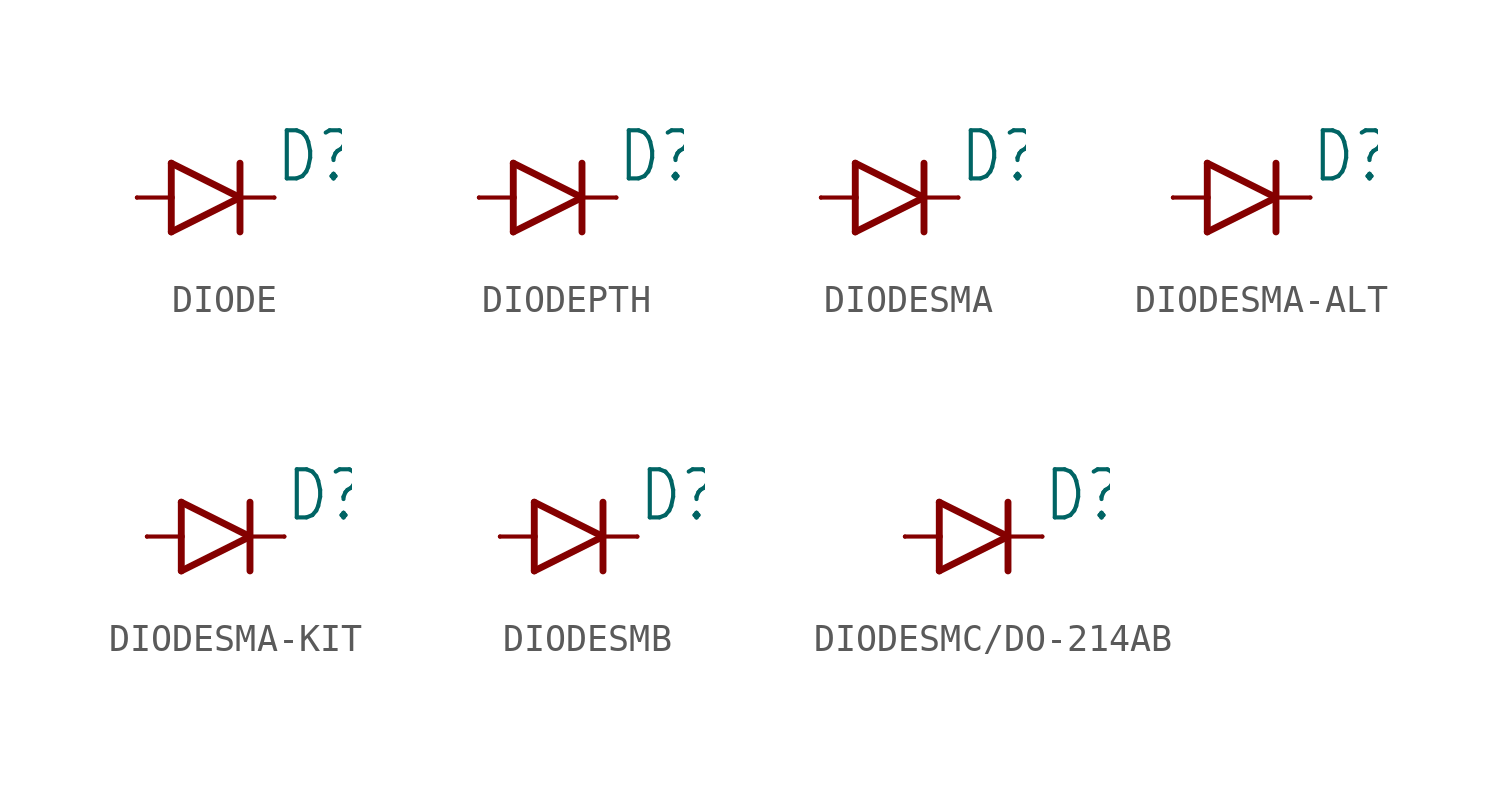
<source format=kicad_sym>
(kicad_symbol_lib
  (version 20231120)
  (generator "kicad_symbol_editor")
  (generator_version "8.0")
  (symbol "DIODE"
    (property "Reference" "D"
      (at 2.54 0.483 0)
      (effects (font (size 1.778 1.511)) (justify left bottom)))
    (property "Value" ""
      (at 2.54 -2.311 0)
      (effects (font (size 1.778 1.511)) (justify left bottom)))
    (property "ki_locked" ""
      (at 0 0 0)
      (effects (font (size 1.27 1.27))))
    (symbol "DIODE_1_0"
      (polyline (pts (xy -2.54 0) (xy -1.27 0)) (stroke (width 0.152) (type solid)) (fill (type none)))
      (polyline (pts (xy -1.27 -1.27) (xy 1.27 0)) (stroke (width 0.254) (type solid)) (fill (type none)))
      (polyline (pts (xy -1.27 0) (xy -1.27 -1.27)) (stroke (width 0.254) (type solid)) (fill (type none)))
      (polyline (pts (xy -1.27 1.27) (xy -1.27 0)) (stroke (width 0.254) (type solid)) (fill (type none)))
      (polyline (pts (xy 1.27 0) (xy -1.27 1.27)) (stroke (width 0.254) (type solid)) (fill (type none)))
      (polyline (pts (xy 1.27 0) (xy 1.27 -1.27)) (stroke (width 0.254) (type solid)) (fill (type none)))
      (polyline (pts (xy 1.27 1.27) (xy 1.27 0)) (stroke (width 0.254) (type solid)) (fill (type none)))
      (polyline (pts (xy 2.54 0) (xy 1.27 0)) (stroke (width 0.152) (type solid)) (fill (type none)))
      (pin passive line (at -2.54 0 0) (length 0) (name "A" (effects (font (size 0 0)))) (number "A" (effects (font (size 0 0)))))
      (pin passive line (at 2.54 0 180) (length 0) (name "C" (effects (font (size 0 0)))) (number "C" (effects (font (size 0 0)))))))
  (symbol "DIODEPTH"
    (property "Reference" "D"
      (at 2.54 0.483 0)
      (effects (font (size 1.778 1.511)) (justify left bottom)))
    (property "Value" ""
      (at 2.54 -2.311 0)
      (effects (font (size 1.778 1.511)) (justify left bottom)))
    (property "ki_locked" ""
      (at 0 0 0)
      (effects (font (size 1.27 1.27))))
    (symbol "DIODEPTH_1_0"
      (polyline (pts (xy -2.54 0) (xy -1.27 0)) (stroke (width 0.152) (type solid)) (fill (type none)))
      (polyline (pts (xy -1.27 -1.27) (xy 1.27 0)) (stroke (width 0.254) (type solid)) (fill (type none)))
      (polyline (pts (xy -1.27 0) (xy -1.27 -1.27)) (stroke (width 0.254) (type solid)) (fill (type none)))
      (polyline (pts (xy -1.27 1.27) (xy -1.27 0)) (stroke (width 0.254) (type solid)) (fill (type none)))
      (polyline (pts (xy 1.27 0) (xy -1.27 1.27)) (stroke (width 0.254) (type solid)) (fill (type none)))
      (polyline (pts (xy 1.27 0) (xy 1.27 -1.27)) (stroke (width 0.254) (type solid)) (fill (type none)))
      (polyline (pts (xy 1.27 1.27) (xy 1.27 0)) (stroke (width 0.254) (type solid)) (fill (type none)))
      (polyline (pts (xy 2.54 0) (xy 1.27 0)) (stroke (width 0.152) (type solid)) (fill (type none)))
      (pin passive line (at -2.54 0 0) (length 0) (name "A" (effects (font (size 0 0)))) (number "A" (effects (font (size 0 0)))))
      (pin passive line (at 2.54 0 180) (length 0) (name "C" (effects (font (size 0 0)))) (number "C" (effects (font (size 0 0)))))))
  (symbol "DIODESMA"
    (property "Reference" "D"
      (at 2.54 0.483 0)
      (effects (font (size 1.778 1.511)) (justify left bottom)))
    (property "Value" ""
      (at 2.54 -2.311 0)
      (effects (font (size 1.778 1.511)) (justify left bottom)))
    (property "ki_locked" ""
      (at 0 0 0)
      (effects (font (size 1.27 1.27))))
    (symbol "DIODESMA_1_0"
      (polyline (pts (xy -2.54 0) (xy -1.27 0)) (stroke (width 0.152) (type solid)) (fill (type none)))
      (polyline (pts (xy -1.27 -1.27) (xy 1.27 0)) (stroke (width 0.254) (type solid)) (fill (type none)))
      (polyline (pts (xy -1.27 0) (xy -1.27 -1.27)) (stroke (width 0.254) (type solid)) (fill (type none)))
      (polyline (pts (xy -1.27 1.27) (xy -1.27 0)) (stroke (width 0.254) (type solid)) (fill (type none)))
      (polyline (pts (xy 1.27 0) (xy -1.27 1.27)) (stroke (width 0.254) (type solid)) (fill (type none)))
      (polyline (pts (xy 1.27 0) (xy 1.27 -1.27)) (stroke (width 0.254) (type solid)) (fill (type none)))
      (polyline (pts (xy 1.27 1.27) (xy 1.27 0)) (stroke (width 0.254) (type solid)) (fill (type none)))
      (polyline (pts (xy 2.54 0) (xy 1.27 0)) (stroke (width 0.152) (type solid)) (fill (type none)))
      (pin passive line (at -2.54 0 0) (length 0) (name "A" (effects (font (size 0 0)))) (number "A" (effects (font (size 0 0)))))
      (pin passive line (at 2.54 0 180) (length 0) (name "C" (effects (font (size 0 0)))) (number "C" (effects (font (size 0 0)))))))
  (symbol "DIODESMA-ALT"
    (property "Reference" "D"
      (at 2.54 0.483 0)
      (effects (font (size 1.778 1.511)) (justify left bottom)))
    (property "Value" ""
      (at 2.54 -2.311 0)
      (effects (font (size 1.778 1.511)) (justify left bottom)))
    (property "ki_locked" ""
      (at 0 0 0)
      (effects (font (size 1.27 1.27))))
    (symbol "DIODESMA-ALT_1_0"
      (polyline (pts (xy -2.54 0) (xy -1.27 0)) (stroke (width 0.152) (type solid)) (fill (type none)))
      (polyline (pts (xy -1.27 -1.27) (xy 1.27 0)) (stroke (width 0.254) (type solid)) (fill (type none)))
      (polyline (pts (xy -1.27 0) (xy -1.27 -1.27)) (stroke (width 0.254) (type solid)) (fill (type none)))
      (polyline (pts (xy -1.27 1.27) (xy -1.27 0)) (stroke (width 0.254) (type solid)) (fill (type none)))
      (polyline (pts (xy 1.27 0) (xy -1.27 1.27)) (stroke (width 0.254) (type solid)) (fill (type none)))
      (polyline (pts (xy 1.27 0) (xy 1.27 -1.27)) (stroke (width 0.254) (type solid)) (fill (type none)))
      (polyline (pts (xy 1.27 1.27) (xy 1.27 0)) (stroke (width 0.254) (type solid)) (fill (type none)))
      (polyline (pts (xy 2.54 0) (xy 1.27 0)) (stroke (width 0.152) (type solid)) (fill (type none)))
      (pin passive line (at -2.54 0 0) (length 0) (name "A" (effects (font (size 0 0)))) (number "A" (effects (font (size 0 0)))))
      (pin passive line (at 2.54 0 180) (length 0) (name "C" (effects (font (size 0 0)))) (number "C" (effects (font (size 0 0)))))))
  (symbol "DIODESMA-KIT"
    (property "Reference" "D"
      (at 2.54 0.483 0)
      (effects (font (size 1.778 1.511)) (justify left bottom)))
    (property "Value" ""
      (at 2.54 -2.311 0)
      (effects (font (size 1.778 1.511)) (justify left bottom)))
    (property "ki_locked" ""
      (at 0 0 0)
      (effects (font (size 1.27 1.27))))
    (symbol "DIODESMA-KIT_1_0"
      (polyline (pts (xy -2.54 0) (xy -1.27 0)) (stroke (width 0.152) (type solid)) (fill (type none)))
      (polyline (pts (xy -1.27 -1.27) (xy 1.27 0)) (stroke (width 0.254) (type solid)) (fill (type none)))
      (polyline (pts (xy -1.27 0) (xy -1.27 -1.27)) (stroke (width 0.254) (type solid)) (fill (type none)))
      (polyline (pts (xy -1.27 1.27) (xy -1.27 0)) (stroke (width 0.254) (type solid)) (fill (type none)))
      (polyline (pts (xy 1.27 0) (xy -1.27 1.27)) (stroke (width 0.254) (type solid)) (fill (type none)))
      (polyline (pts (xy 1.27 0) (xy 1.27 -1.27)) (stroke (width 0.254) (type solid)) (fill (type none)))
      (polyline (pts (xy 1.27 1.27) (xy 1.27 0)) (stroke (width 0.254) (type solid)) (fill (type none)))
      (polyline (pts (xy 2.54 0) (xy 1.27 0)) (stroke (width 0.152) (type solid)) (fill (type none)))
      (pin passive line (at -2.54 0 0) (length 0) (name "A" (effects (font (size 0 0)))) (number "A" (effects (font (size 0 0)))))
      (pin passive line (at 2.54 0 180) (length 0) (name "C" (effects (font (size 0 0)))) (number "C" (effects (font (size 0 0)))))))
  (symbol "DIODESMB"
    (property "Reference" "D"
      (at 2.54 0.483 0)
      (effects (font (size 1.778 1.511)) (justify left bottom)))
    (property "Value" ""
      (at 2.54 -2.311 0)
      (effects (font (size 1.778 1.511)) (justify left bottom)))
    (property "ki_locked" ""
      (at 0 0 0)
      (effects (font (size 1.27 1.27))))
    (symbol "DIODESMB_1_0"
      (polyline (pts (xy -2.54 0) (xy -1.27 0)) (stroke (width 0.152) (type solid)) (fill (type none)))
      (polyline (pts (xy -1.27 -1.27) (xy 1.27 0)) (stroke (width 0.254) (type solid)) (fill (type none)))
      (polyline (pts (xy -1.27 0) (xy -1.27 -1.27)) (stroke (width 0.254) (type solid)) (fill (type none)))
      (polyline (pts (xy -1.27 1.27) (xy -1.27 0)) (stroke (width 0.254) (type solid)) (fill (type none)))
      (polyline (pts (xy 1.27 0) (xy -1.27 1.27)) (stroke (width 0.254) (type solid)) (fill (type none)))
      (polyline (pts (xy 1.27 0) (xy 1.27 -1.27)) (stroke (width 0.254) (type solid)) (fill (type none)))
      (polyline (pts (xy 1.27 1.27) (xy 1.27 0)) (stroke (width 0.254) (type solid)) (fill (type none)))
      (polyline (pts (xy 2.54 0) (xy 1.27 0)) (stroke (width 0.152) (type solid)) (fill (type none)))
      (pin passive line (at -2.54 0 0) (length 0) (name "A" (effects (font (size 0 0)))) (number "A" (effects (font (size 0 0)))))
      (pin passive line (at 2.54 0 180) (length 0) (name "C" (effects (font (size 0 0)))) (number "C" (effects (font (size 0 0)))))))
  (symbol "DIODESMC/DO-214AB"
    (property "Reference" "D"
      (at 2.54 0.483 0)
      (effects (font (size 1.778 1.511)) (justify left bottom)))
    (property "Value" ""
      (at 2.54 -2.311 0)
      (effects (font (size 1.778 1.511)) (justify left bottom)))
    (property "ki_locked" ""
      (at 0 0 0)
      (effects (font (size 1.27 1.27))))
    (symbol "DIODESMC/DO-214AB_1_0"
      (polyline (pts (xy -2.54 0) (xy -1.27 0)) (stroke (width 0.152) (type solid)) (fill (type none)))
      (polyline (pts (xy -1.27 -1.27) (xy 1.27 0)) (stroke (width 0.254) (type solid)) (fill (type none)))
      (polyline (pts (xy -1.27 0) (xy -1.27 -1.27)) (stroke (width 0.254) (type solid)) (fill (type none)))
      (polyline (pts (xy -1.27 1.27) (xy -1.27 0)) (stroke (width 0.254) (type solid)) (fill (type none)))
      (polyline (pts (xy 1.27 0) (xy -1.27 1.27)) (stroke (width 0.254) (type solid)) (fill (type none)))
      (polyline (pts (xy 1.27 0) (xy 1.27 -1.27)) (stroke (width 0.254) (type solid)) (fill (type none)))
      (polyline (pts (xy 1.27 1.27) (xy 1.27 0)) (stroke (width 0.254) (type solid)) (fill (type none)))
      (polyline (pts (xy 2.54 0) (xy 1.27 0)) (stroke (width 0.152) (type solid)) (fill (type none)))
      (pin passive line (at -2.54 0 0) (length 0) (name "A" (effects (font (size 0 0)))) (number "A" (effects (font (size 0 0)))))
      (pin passive line (at 2.54 0 180) (length 0) (name "C" (effects (font (size 0 0)))) (number "C" (effects (font (size 0 0))))))))
</source>
